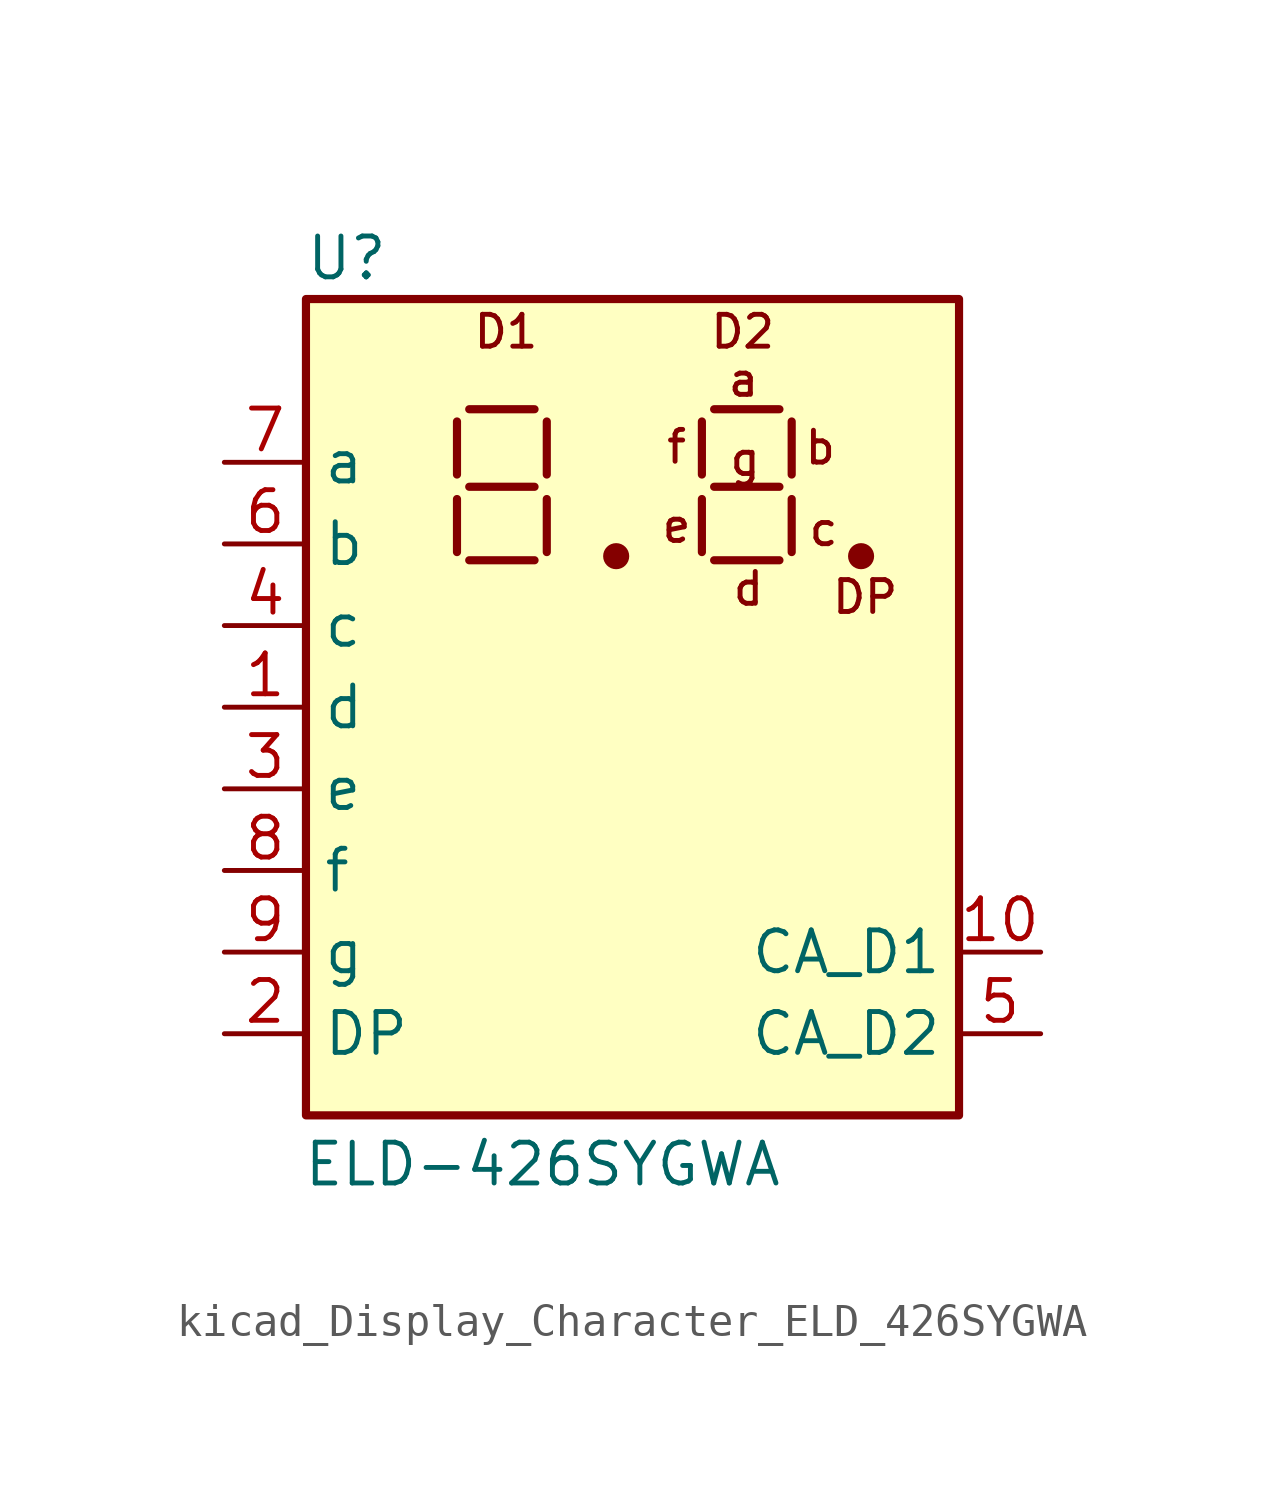
<source format=kicad_sym>
(kicad_symbol_lib
  (version 20220914)
  (generator kicad_symbol_editor)
  (symbol "kicad_Display_Character_ELD_426SYGWA"
    (property "Reference" "U"
      (at -8.89 13.97 0)
      (effects (font (size 1.27 1.27))))
    (property "Value" "ELD-426SYGWA"
      (at -2.794 -14.224 0)
      (effects (font (size 1.27 1.27))))
    (symbol "kicad_Display_Character_ELD_426SYGWA_0_0"
      (text "a" (at 3.454 10.185 0) (effects (font (size 0.991 0.991))))
      (text "b" (at 5.842 8.077 0) (effects (font (size 0.991 0.991))))
      (text "c" (at 5.944 5.537 0) (effects (font (size 0.991 0.991))))
      (text "d" (at 3.607 3.683 0) (effects (font (size 0.991 0.991))))
      (text "D1" (at -3.937 11.684 0) (effects (font (size 0.991 0.991))))
      (text "D2" (at 3.429 11.684 0) (effects (font (size 0.991 0.991))))
      (text "DP" (at 7.239 3.429 0) (effects (font (size 0.991 0.991))))
      (text "e" (at 1.372 5.639 0) (effects (font (size 0.991 0.991))))
      (text "f" (at 1.372 8.103 0) (effects (font (size 0.991 0.991))))
      (text "g" (at 3.505 7.722 0) (effects (font (size 0.991 0.991)))))
    (symbol "kicad_Display_Character_ELD_426SYGWA_0_1"
      (rectangle (start -10.16 12.7) (end 10.16 -12.7) (stroke (width 0.254) (type default)) (fill (type background)))
      (circle (center -0.508 4.699) (radius 0.279) (stroke (width 0.254) (type default)) (fill (type outline)))
      (polyline (pts (xy -5.461 4.826) (xy -5.461 6.477)) (stroke (width 0.254) (type default)) (fill (type none)))
      (polyline (pts (xy -5.461 7.239) (xy -5.461 8.89)) (stroke (width 0.254) (type default)) (fill (type none)))
      (polyline (pts (xy -5.08 4.572) (xy -3.048 4.572)) (stroke (width 0.254) (type default)) (fill (type none)))
      (polyline (pts (xy -5.08 6.858) (xy -3.048 6.858)) (stroke (width 0.254) (type default)) (fill (type none)))
      (polyline (pts (xy -5.08 9.271) (xy -3.048 9.271)) (stroke (width 0.254) (type default)) (fill (type none)))
      (polyline (pts (xy -2.667 4.826) (xy -2.667 6.477)) (stroke (width 0.254) (type default)) (fill (type none)))
      (polyline (pts (xy -2.667 7.239) (xy -2.667 8.89)) (stroke (width 0.254) (type default)) (fill (type none)))
      (polyline (pts (xy 2.159 4.826) (xy 2.159 6.477)) (stroke (width 0.254) (type default)) (fill (type none)))
      (polyline (pts (xy 2.159 7.239) (xy 2.159 8.89)) (stroke (width 0.254) (type default)) (fill (type none)))
      (polyline (pts (xy 2.54 4.572) (xy 4.572 4.572)) (stroke (width 0.254) (type default)) (fill (type none)))
      (polyline (pts (xy 2.54 6.858) (xy 4.572 6.858)) (stroke (width 0.254) (type default)) (fill (type none)))
      (polyline (pts (xy 2.54 9.271) (xy 4.572 9.271)) (stroke (width 0.254) (type default)) (fill (type none)))
      (polyline (pts (xy 4.953 4.826) (xy 4.953 6.477)) (stroke (width 0.254) (type default)) (fill (type none)))
      (polyline (pts (xy 4.953 7.239) (xy 4.953 8.89)) (stroke (width 0.254) (type default)) (fill (type none)))
      (circle (center 7.112 4.699) (radius 0.279) (stroke (width 0.254) (type default)) (fill (type outline))))
    (symbol "kicad_Display_Character_ELD_426SYGWA_1_1"
      (pin input line (at -12.7 0 0) (length 2.54) (name "d" (effects (font (size 1.27 1.27)))) (number "1" (effects (font (size 1.27 1.27)))))
      (pin input line (at 12.7 -7.62 180) (length 2.54) (name "CA_D1" (effects (font (size 1.27 1.27)))) (number "10" (effects (font (size 1.27 1.27)))))
      (pin input line (at -12.7 -10.16 0) (length 2.54) (name "DP" (effects (font (size 1.27 1.27)))) (number "2" (effects (font (size 1.27 1.27)))))
      (pin input line (at -12.7 -2.54 0) (length 2.54) (name "e" (effects (font (size 1.27 1.27)))) (number "3" (effects (font (size 1.27 1.27)))))
      (pin input line (at -12.7 2.54 0) (length 2.54) (name "c" (effects (font (size 1.27 1.27)))) (number "4" (effects (font (size 1.27 1.27)))))
      (pin input line (at 12.7 -10.16 180) (length 2.54) (name "CA_D2" (effects (font (size 1.27 1.27)))) (number "5" (effects (font (size 1.27 1.27)))))
      (pin input line (at -12.7 5.08 0) (length 2.54) (name "b" (effects (font (size 1.27 1.27)))) (number "6" (effects (font (size 1.27 1.27)))))
      (pin input line (at -12.7 7.62 0) (length 2.54) (name "a" (effects (font (size 1.27 1.27)))) (number "7" (effects (font (size 1.27 1.27)))))
      (pin input line (at -12.7 -5.08 0) (length 2.54) (name "f" (effects (font (size 1.27 1.27)))) (number "8" (effects (font (size 1.27 1.27)))))
      (pin input line (at -12.7 -7.62 0) (length 2.54) (name "g" (effects (font (size 1.27 1.27)))) (number "9" (effects (font (size 1.27 1.27))))))))
</source>
